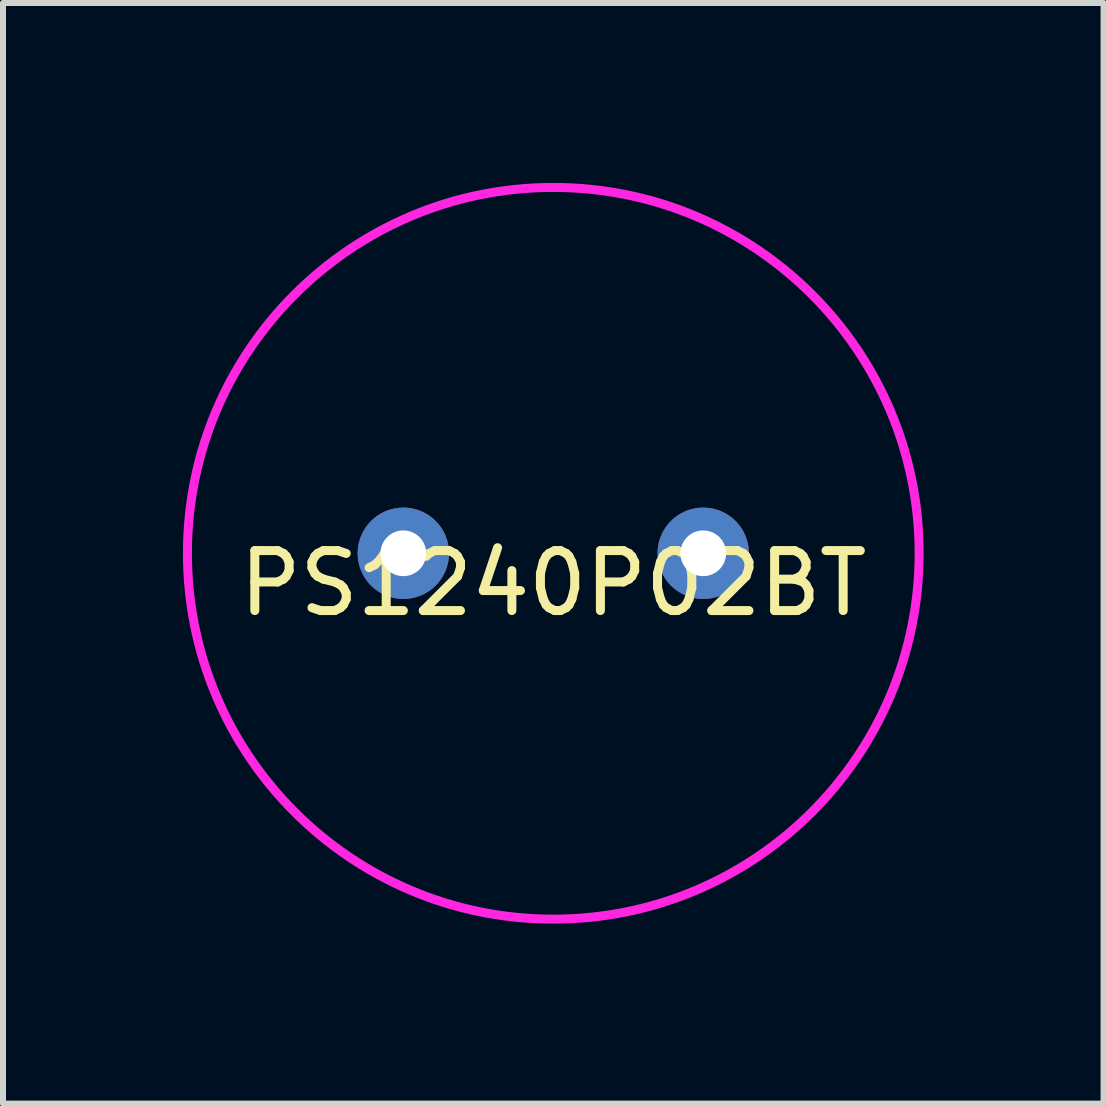
<source format=kicad_pcb>
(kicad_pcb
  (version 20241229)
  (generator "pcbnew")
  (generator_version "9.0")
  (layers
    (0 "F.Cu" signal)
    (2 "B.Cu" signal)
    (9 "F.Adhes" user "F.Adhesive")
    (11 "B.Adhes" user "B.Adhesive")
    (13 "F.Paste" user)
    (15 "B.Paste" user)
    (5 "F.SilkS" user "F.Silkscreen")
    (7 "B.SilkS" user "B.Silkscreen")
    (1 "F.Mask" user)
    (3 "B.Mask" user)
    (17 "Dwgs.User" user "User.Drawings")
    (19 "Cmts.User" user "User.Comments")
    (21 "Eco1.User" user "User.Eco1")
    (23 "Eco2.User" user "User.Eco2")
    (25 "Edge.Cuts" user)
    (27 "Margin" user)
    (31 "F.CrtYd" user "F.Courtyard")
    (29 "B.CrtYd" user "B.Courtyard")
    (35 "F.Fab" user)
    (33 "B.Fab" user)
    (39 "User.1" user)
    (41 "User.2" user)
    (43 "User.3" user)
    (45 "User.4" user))
  (footprint "PS1240P02BT"
    (layer "F.Cu")
    (at 6.175 6.175)
    (property "Reference" "PS1240P02BT" (at 0 0.5 0) (layer "F.SilkS") (effects (font (size 1 1) (thickness 0.15))))
    (attr through_hole)
    (fp_circle (center 0 0) (end 6.1 0) (stroke (width 0.15) (type solid)) (fill no) (layer "F.CrtYd"))
    (pad "1" thru_hole circle (at -2.5 0) (size 1.524 1.524) (drill 0.762) (layers "*.Cu" "*.Mask"))
    (pad "2" thru_hole circle (at 2.5 0) (size 1.524 1.524) (drill 0.762) (layers "*.Cu" "*.Mask")))
  (gr_rect
    (start -3 -3)
    (end 15.35 15.35)
    (stroke (width 0.1) (type default))
    (fill no)
    (layer "Edge.Cuts")))
</source>
